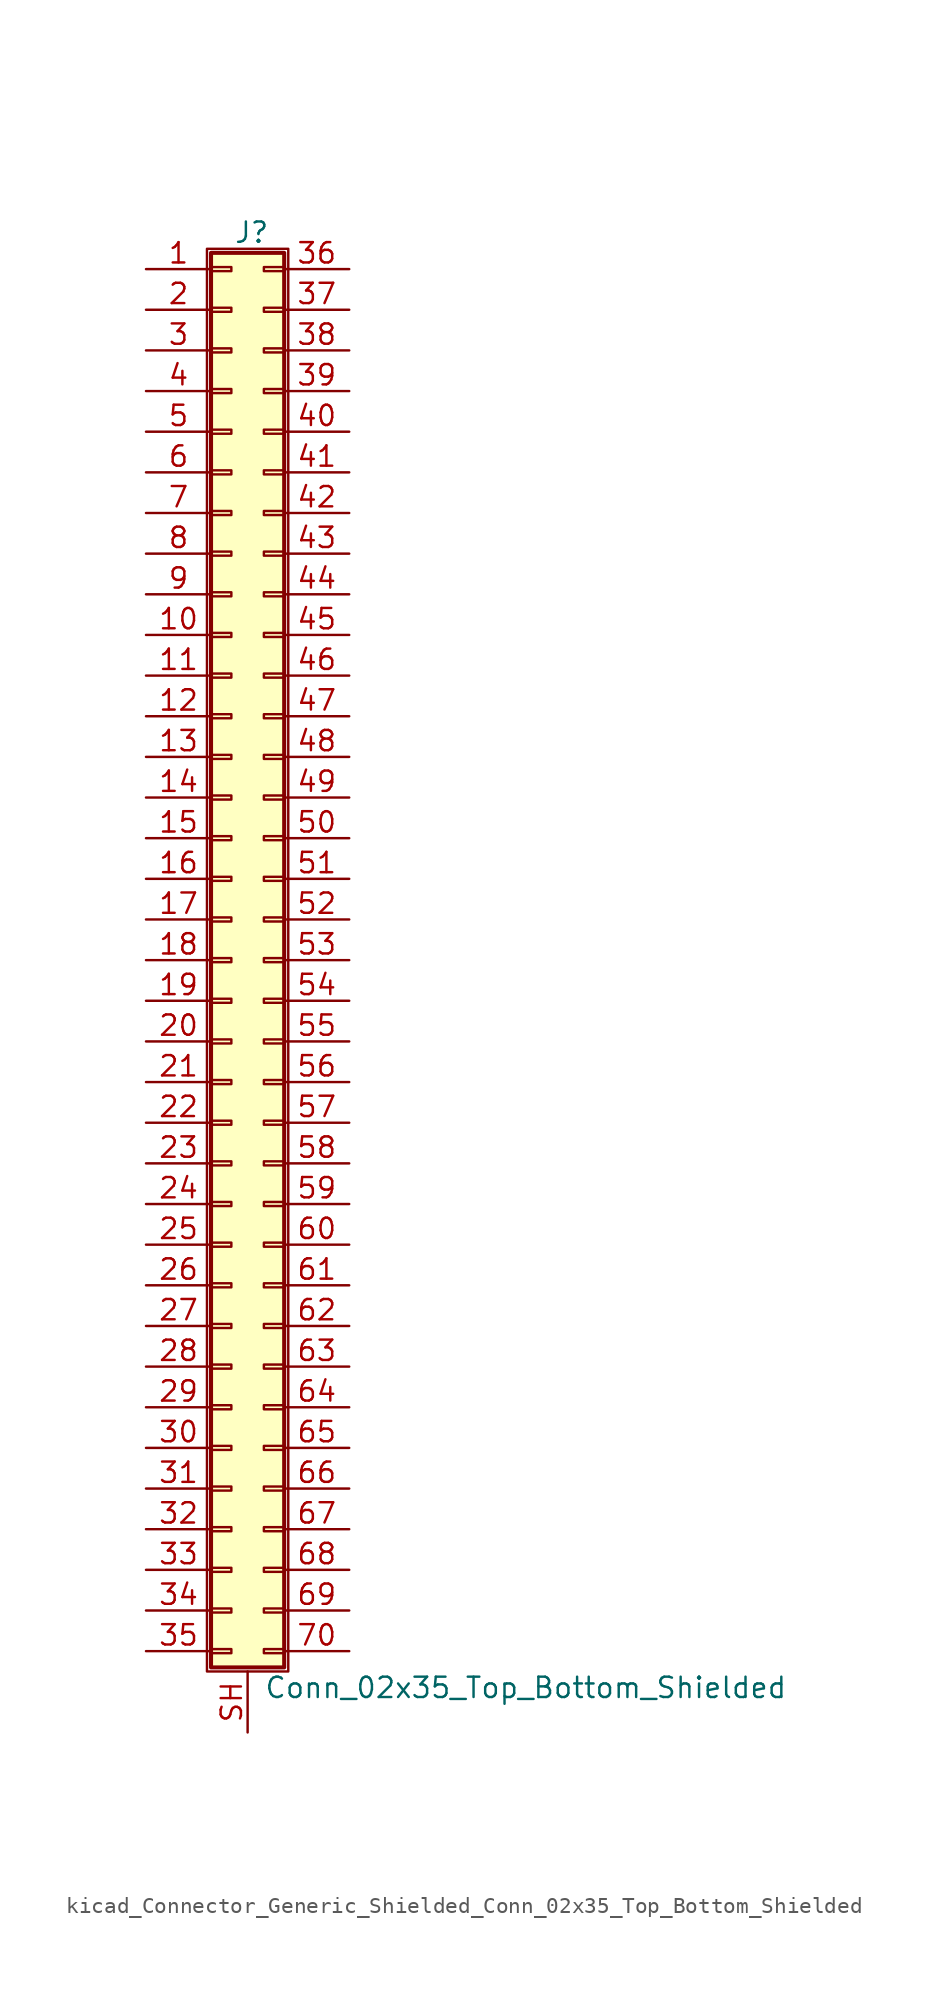
<source format=kicad_sym>
(kicad_symbol_lib
  (version 20220914)
  (generator kicad_symbol_editor)
  (symbol "kicad_Connector_Generic_Shielded_Conn_02x35_Top_Bottom_Shielded"
    (pin_names
      (offset 1.016) hide)
    (property "Reference" "J"
      (at 1.524 45.466 0)
      (effects (font (size 1.27 1.27))))
    (property "Value" "Conn_02x35_Top_Bottom_Shielded"
      (at 2.286 -45.466 0)
      (effects (font (size 1.27 1.27)) (justify left)))
    (symbol "kicad_Connector_Generic_Shielded_Conn_02x35_Top_Bottom_Shielded_1_1"
      (rectangle (start -1.27 44.45) (end 3.81 -44.45) (stroke (width 0.152) (type default)) (fill (type none)))
      (rectangle (start -1.016 -43.053) (end 0.254 -43.307) (stroke (width 0.152) (type default)) (fill (type none)))
      (rectangle (start -1.016 -40.513) (end 0.254 -40.767) (stroke (width 0.152) (type default)) (fill (type none)))
      (rectangle (start -1.016 -37.973) (end 0.254 -38.227) (stroke (width 0.152) (type default)) (fill (type none)))
      (rectangle (start -1.016 -35.433) (end 0.254 -35.687) (stroke (width 0.152) (type default)) (fill (type none)))
      (rectangle (start -1.016 -32.893) (end 0.254 -33.147) (stroke (width 0.152) (type default)) (fill (type none)))
      (rectangle (start -1.016 -30.353) (end 0.254 -30.607) (stroke (width 0.152) (type default)) (fill (type none)))
      (rectangle (start -1.016 -27.813) (end 0.254 -28.067) (stroke (width 0.152) (type default)) (fill (type none)))
      (rectangle (start -1.016 -25.273) (end 0.254 -25.527) (stroke (width 0.152) (type default)) (fill (type none)))
      (rectangle (start -1.016 -22.733) (end 0.254 -22.987) (stroke (width 0.152) (type default)) (fill (type none)))
      (rectangle (start -1.016 -20.193) (end 0.254 -20.447) (stroke (width 0.152) (type default)) (fill (type none)))
      (rectangle (start -1.016 -17.653) (end 0.254 -17.907) (stroke (width 0.152) (type default)) (fill (type none)))
      (rectangle (start -1.016 -15.113) (end 0.254 -15.367) (stroke (width 0.152) (type default)) (fill (type none)))
      (rectangle (start -1.016 -12.573) (end 0.254 -12.827) (stroke (width 0.152) (type default)) (fill (type none)))
      (rectangle (start -1.016 -10.033) (end 0.254 -10.287) (stroke (width 0.152) (type default)) (fill (type none)))
      (rectangle (start -1.016 -7.493) (end 0.254 -7.747) (stroke (width 0.152) (type default)) (fill (type none)))
      (rectangle (start -1.016 -4.953) (end 0.254 -5.207) (stroke (width 0.152) (type default)) (fill (type none)))
      (rectangle (start -1.016 -2.413) (end 0.254 -2.667) (stroke (width 0.152) (type default)) (fill (type none)))
      (rectangle (start -1.016 0.127) (end 0.254 -0.127) (stroke (width 0.152) (type default)) (fill (type none)))
      (rectangle (start -1.016 2.667) (end 0.254 2.413) (stroke (width 0.152) (type default)) (fill (type none)))
      (rectangle (start -1.016 5.207) (end 0.254 4.953) (stroke (width 0.152) (type default)) (fill (type none)))
      (rectangle (start -1.016 7.747) (end 0.254 7.493) (stroke (width 0.152) (type default)) (fill (type none)))
      (rectangle (start -1.016 10.287) (end 0.254 10.033) (stroke (width 0.152) (type default)) (fill (type none)))
      (rectangle (start -1.016 12.827) (end 0.254 12.573) (stroke (width 0.152) (type default)) (fill (type none)))
      (rectangle (start -1.016 15.367) (end 0.254 15.113) (stroke (width 0.152) (type default)) (fill (type none)))
      (rectangle (start -1.016 17.907) (end 0.254 17.653) (stroke (width 0.152) (type default)) (fill (type none)))
      (rectangle (start -1.016 20.447) (end 0.254 20.193) (stroke (width 0.152) (type default)) (fill (type none)))
      (rectangle (start -1.016 22.987) (end 0.254 22.733) (stroke (width 0.152) (type default)) (fill (type none)))
      (rectangle (start -1.016 25.527) (end 0.254 25.273) (stroke (width 0.152) (type default)) (fill (type none)))
      (rectangle (start -1.016 28.067) (end 0.254 27.813) (stroke (width 0.152) (type default)) (fill (type none)))
      (rectangle (start -1.016 30.607) (end 0.254 30.353) (stroke (width 0.152) (type default)) (fill (type none)))
      (rectangle (start -1.016 33.147) (end 0.254 32.893) (stroke (width 0.152) (type default)) (fill (type none)))
      (rectangle (start -1.016 35.687) (end 0.254 35.433) (stroke (width 0.152) (type default)) (fill (type none)))
      (rectangle (start -1.016 38.227) (end 0.254 37.973) (stroke (width 0.152) (type default)) (fill (type none)))
      (rectangle (start -1.016 40.767) (end 0.254 40.513) (stroke (width 0.152) (type default)) (fill (type none)))
      (rectangle (start -1.016 43.307) (end 0.254 43.053) (stroke (width 0.152) (type default)) (fill (type none)))
      (rectangle (start -1.016 44.196) (end 3.556 -44.196) (stroke (width 0.254) (type default)) (fill (type background)))
      (rectangle (start 3.556 -43.053) (end 2.286 -43.307) (stroke (width 0.152) (type default)) (fill (type none)))
      (rectangle (start 3.556 -40.513) (end 2.286 -40.767) (stroke (width 0.152) (type default)) (fill (type none)))
      (rectangle (start 3.556 -37.973) (end 2.286 -38.227) (stroke (width 0.152) (type default)) (fill (type none)))
      (rectangle (start 3.556 -35.433) (end 2.286 -35.687) (stroke (width 0.152) (type default)) (fill (type none)))
      (rectangle (start 3.556 -32.893) (end 2.286 -33.147) (stroke (width 0.152) (type default)) (fill (type none)))
      (rectangle (start 3.556 -30.353) (end 2.286 -30.607) (stroke (width 0.152) (type default)) (fill (type none)))
      (rectangle (start 3.556 -27.813) (end 2.286 -28.067) (stroke (width 0.152) (type default)) (fill (type none)))
      (rectangle (start 3.556 -25.273) (end 2.286 -25.527) (stroke (width 0.152) (type default)) (fill (type none)))
      (rectangle (start 3.556 -22.733) (end 2.286 -22.987) (stroke (width 0.152) (type default)) (fill (type none)))
      (rectangle (start 3.556 -20.193) (end 2.286 -20.447) (stroke (width 0.152) (type default)) (fill (type none)))
      (rectangle (start 3.556 -17.653) (end 2.286 -17.907) (stroke (width 0.152) (type default)) (fill (type none)))
      (rectangle (start 3.556 -15.113) (end 2.286 -15.367) (stroke (width 0.152) (type default)) (fill (type none)))
      (rectangle (start 3.556 -12.573) (end 2.286 -12.827) (stroke (width 0.152) (type default)) (fill (type none)))
      (rectangle (start 3.556 -10.033) (end 2.286 -10.287) (stroke (width 0.152) (type default)) (fill (type none)))
      (rectangle (start 3.556 -7.493) (end 2.286 -7.747) (stroke (width 0.152) (type default)) (fill (type none)))
      (rectangle (start 3.556 -4.953) (end 2.286 -5.207) (stroke (width 0.152) (type default)) (fill (type none)))
      (rectangle (start 3.556 -2.413) (end 2.286 -2.667) (stroke (width 0.152) (type default)) (fill (type none)))
      (rectangle (start 3.556 0.127) (end 2.286 -0.127) (stroke (width 0.152) (type default)) (fill (type none)))
      (rectangle (start 3.556 2.667) (end 2.286 2.413) (stroke (width 0.152) (type default)) (fill (type none)))
      (rectangle (start 3.556 5.207) (end 2.286 4.953) (stroke (width 0.152) (type default)) (fill (type none)))
      (rectangle (start 3.556 7.747) (end 2.286 7.493) (stroke (width 0.152) (type default)) (fill (type none)))
      (rectangle (start 3.556 10.287) (end 2.286 10.033) (stroke (width 0.152) (type default)) (fill (type none)))
      (rectangle (start 3.556 12.827) (end 2.286 12.573) (stroke (width 0.152) (type default)) (fill (type none)))
      (rectangle (start 3.556 15.367) (end 2.286 15.113) (stroke (width 0.152) (type default)) (fill (type none)))
      (rectangle (start 3.556 17.907) (end 2.286 17.653) (stroke (width 0.152) (type default)) (fill (type none)))
      (rectangle (start 3.556 20.447) (end 2.286 20.193) (stroke (width 0.152) (type default)) (fill (type none)))
      (rectangle (start 3.556 22.987) (end 2.286 22.733) (stroke (width 0.152) (type default)) (fill (type none)))
      (rectangle (start 3.556 25.527) (end 2.286 25.273) (stroke (width 0.152) (type default)) (fill (type none)))
      (rectangle (start 3.556 28.067) (end 2.286 27.813) (stroke (width 0.152) (type default)) (fill (type none)))
      (rectangle (start 3.556 30.607) (end 2.286 30.353) (stroke (width 0.152) (type default)) (fill (type none)))
      (rectangle (start 3.556 33.147) (end 2.286 32.893) (stroke (width 0.152) (type default)) (fill (type none)))
      (rectangle (start 3.556 35.687) (end 2.286 35.433) (stroke (width 0.152) (type default)) (fill (type none)))
      (rectangle (start 3.556 38.227) (end 2.286 37.973) (stroke (width 0.152) (type default)) (fill (type none)))
      (rectangle (start 3.556 40.767) (end 2.286 40.513) (stroke (width 0.152) (type default)) (fill (type none)))
      (rectangle (start 3.556 43.307) (end 2.286 43.053) (stroke (width 0.152) (type default)) (fill (type none)))
      (pin passive line (at -5.08 43.18 0) (length 4.064) (name "Pin_1" (effects (font (size 1.27 1.27)))) (number "1" (effects (font (size 1.27 1.27)))))
      (pin passive line (at -5.08 20.32 0) (length 4.064) (name "Pin_10" (effects (font (size 1.27 1.27)))) (number "10" (effects (font (size 1.27 1.27)))))
      (pin passive line (at -5.08 17.78 0) (length 4.064) (name "Pin_11" (effects (font (size 1.27 1.27)))) (number "11" (effects (font (size 1.27 1.27)))))
      (pin passive line (at -5.08 15.24 0) (length 4.064) (name "Pin_12" (effects (font (size 1.27 1.27)))) (number "12" (effects (font (size 1.27 1.27)))))
      (pin passive line (at -5.08 12.7 0) (length 4.064) (name "Pin_13" (effects (font (size 1.27 1.27)))) (number "13" (effects (font (size 1.27 1.27)))))
      (pin passive line (at -5.08 10.16 0) (length 4.064) (name "Pin_14" (effects (font (size 1.27 1.27)))) (number "14" (effects (font (size 1.27 1.27)))))
      (pin passive line (at -5.08 7.62 0) (length 4.064) (name "Pin_15" (effects (font (size 1.27 1.27)))) (number "15" (effects (font (size 1.27 1.27)))))
      (pin passive line (at -5.08 5.08 0) (length 4.064) (name "Pin_16" (effects (font (size 1.27 1.27)))) (number "16" (effects (font (size 1.27 1.27)))))
      (pin passive line (at -5.08 2.54 0) (length 4.064) (name "Pin_17" (effects (font (size 1.27 1.27)))) (number "17" (effects (font (size 1.27 1.27)))))
      (pin passive line (at -5.08 0 0) (length 4.064) (name "Pin_18" (effects (font (size 1.27 1.27)))) (number "18" (effects (font (size 1.27 1.27)))))
      (pin passive line (at -5.08 -2.54 0) (length 4.064) (name "Pin_19" (effects (font (size 1.27 1.27)))) (number "19" (effects (font (size 1.27 1.27)))))
      (pin passive line (at -5.08 40.64 0) (length 4.064) (name "Pin_2" (effects (font (size 1.27 1.27)))) (number "2" (effects (font (size 1.27 1.27)))))
      (pin passive line (at -5.08 -5.08 0) (length 4.064) (name "Pin_20" (effects (font (size 1.27 1.27)))) (number "20" (effects (font (size 1.27 1.27)))))
      (pin passive line (at -5.08 -7.62 0) (length 4.064) (name "Pin_21" (effects (font (size 1.27 1.27)))) (number "21" (effects (font (size 1.27 1.27)))))
      (pin passive line (at -5.08 -10.16 0) (length 4.064) (name "Pin_22" (effects (font (size 1.27 1.27)))) (number "22" (effects (font (size 1.27 1.27)))))
      (pin passive line (at -5.08 -12.7 0) (length 4.064) (name "Pin_23" (effects (font (size 1.27 1.27)))) (number "23" (effects (font (size 1.27 1.27)))))
      (pin passive line (at -5.08 -15.24 0) (length 4.064) (name "Pin_24" (effects (font (size 1.27 1.27)))) (number "24" (effects (font (size 1.27 1.27)))))
      (pin passive line (at -5.08 -17.78 0) (length 4.064) (name "Pin_25" (effects (font (size 1.27 1.27)))) (number "25" (effects (font (size 1.27 1.27)))))
      (pin passive line (at -5.08 -20.32 0) (length 4.064) (name "Pin_26" (effects (font (size 1.27 1.27)))) (number "26" (effects (font (size 1.27 1.27)))))
      (pin passive line (at -5.08 -22.86 0) (length 4.064) (name "Pin_27" (effects (font (size 1.27 1.27)))) (number "27" (effects (font (size 1.27 1.27)))))
      (pin passive line (at -5.08 -25.4 0) (length 4.064) (name "Pin_28" (effects (font (size 1.27 1.27)))) (number "28" (effects (font (size 1.27 1.27)))))
      (pin passive line (at -5.08 -27.94 0) (length 4.064) (name "Pin_29" (effects (font (size 1.27 1.27)))) (number "29" (effects (font (size 1.27 1.27)))))
      (pin passive line (at -5.08 38.1 0) (length 4.064) (name "Pin_3" (effects (font (size 1.27 1.27)))) (number "3" (effects (font (size 1.27 1.27)))))
      (pin passive line (at -5.08 -30.48 0) (length 4.064) (name "Pin_30" (effects (font (size 1.27 1.27)))) (number "30" (effects (font (size 1.27 1.27)))))
      (pin passive line (at -5.08 -33.02 0) (length 4.064) (name "Pin_31" (effects (font (size 1.27 1.27)))) (number "31" (effects (font (size 1.27 1.27)))))
      (pin passive line (at -5.08 -35.56 0) (length 4.064) (name "Pin_32" (effects (font (size 1.27 1.27)))) (number "32" (effects (font (size 1.27 1.27)))))
      (pin passive line (at -5.08 -38.1 0) (length 4.064) (name "Pin_33" (effects (font (size 1.27 1.27)))) (number "33" (effects (font (size 1.27 1.27)))))
      (pin passive line (at -5.08 -40.64 0) (length 4.064) (name "Pin_34" (effects (font (size 1.27 1.27)))) (number "34" (effects (font (size 1.27 1.27)))))
      (pin passive line (at -5.08 -43.18 0) (length 4.064) (name "Pin_35" (effects (font (size 1.27 1.27)))) (number "35" (effects (font (size 1.27 1.27)))))
      (pin passive line (at 7.62 43.18 180) (length 4.064) (name "Pin_36" (effects (font (size 1.27 1.27)))) (number "36" (effects (font (size 1.27 1.27)))))
      (pin passive line (at 7.62 40.64 180) (length 4.064) (name "Pin_37" (effects (font (size 1.27 1.27)))) (number "37" (effects (font (size 1.27 1.27)))))
      (pin passive line (at 7.62 38.1 180) (length 4.064) (name "Pin_38" (effects (font (size 1.27 1.27)))) (number "38" (effects (font (size 1.27 1.27)))))
      (pin passive line (at 7.62 35.56 180) (length 4.064) (name "Pin_39" (effects (font (size 1.27 1.27)))) (number "39" (effects (font (size 1.27 1.27)))))
      (pin passive line (at -5.08 35.56 0) (length 4.064) (name "Pin_4" (effects (font (size 1.27 1.27)))) (number "4" (effects (font (size 1.27 1.27)))))
      (pin passive line (at 7.62 33.02 180) (length 4.064) (name "Pin_40" (effects (font (size 1.27 1.27)))) (number "40" (effects (font (size 1.27 1.27)))))
      (pin passive line (at 7.62 30.48 180) (length 4.064) (name "Pin_41" (effects (font (size 1.27 1.27)))) (number "41" (effects (font (size 1.27 1.27)))))
      (pin passive line (at 7.62 27.94 180) (length 4.064) (name "Pin_42" (effects (font (size 1.27 1.27)))) (number "42" (effects (font (size 1.27 1.27)))))
      (pin passive line (at 7.62 25.4 180) (length 4.064) (name "Pin_43" (effects (font (size 1.27 1.27)))) (number "43" (effects (font (size 1.27 1.27)))))
      (pin passive line (at 7.62 22.86 180) (length 4.064) (name "Pin_44" (effects (font (size 1.27 1.27)))) (number "44" (effects (font (size 1.27 1.27)))))
      (pin passive line (at 7.62 20.32 180) (length 4.064) (name "Pin_45" (effects (font (size 1.27 1.27)))) (number "45" (effects (font (size 1.27 1.27)))))
      (pin passive line (at 7.62 17.78 180) (length 4.064) (name "Pin_46" (effects (font (size 1.27 1.27)))) (number "46" (effects (font (size 1.27 1.27)))))
      (pin passive line (at 7.62 15.24 180) (length 4.064) (name "Pin_47" (effects (font (size 1.27 1.27)))) (number "47" (effects (font (size 1.27 1.27)))))
      (pin passive line (at 7.62 12.7 180) (length 4.064) (name "Pin_48" (effects (font (size 1.27 1.27)))) (number "48" (effects (font (size 1.27 1.27)))))
      (pin passive line (at 7.62 10.16 180) (length 4.064) (name "Pin_49" (effects (font (size 1.27 1.27)))) (number "49" (effects (font (size 1.27 1.27)))))
      (pin passive line (at -5.08 33.02 0) (length 4.064) (name "Pin_5" (effects (font (size 1.27 1.27)))) (number "5" (effects (font (size 1.27 1.27)))))
      (pin passive line (at 7.62 7.62 180) (length 4.064) (name "Pin_50" (effects (font (size 1.27 1.27)))) (number "50" (effects (font (size 1.27 1.27)))))
      (pin passive line (at 7.62 5.08 180) (length 4.064) (name "Pin_51" (effects (font (size 1.27 1.27)))) (number "51" (effects (font (size 1.27 1.27)))))
      (pin passive line (at 7.62 2.54 180) (length 4.064) (name "Pin_52" (effects (font (size 1.27 1.27)))) (number "52" (effects (font (size 1.27 1.27)))))
      (pin passive line (at 7.62 0 180) (length 4.064) (name "Pin_53" (effects (font (size 1.27 1.27)))) (number "53" (effects (font (size 1.27 1.27)))))
      (pin passive line (at 7.62 -2.54 180) (length 4.064) (name "Pin_54" (effects (font (size 1.27 1.27)))) (number "54" (effects (font (size 1.27 1.27)))))
      (pin passive line (at 7.62 -5.08 180) (length 4.064) (name "Pin_55" (effects (font (size 1.27 1.27)))) (number "55" (effects (font (size 1.27 1.27)))))
      (pin passive line (at 7.62 -7.62 180) (length 4.064) (name "Pin_56" (effects (font (size 1.27 1.27)))) (number "56" (effects (font (size 1.27 1.27)))))
      (pin passive line (at 7.62 -10.16 180) (length 4.064) (name "Pin_57" (effects (font (size 1.27 1.27)))) (number "57" (effects (font (size 1.27 1.27)))))
      (pin passive line (at 7.62 -12.7 180) (length 4.064) (name "Pin_58" (effects (font (size 1.27 1.27)))) (number "58" (effects (font (size 1.27 1.27)))))
      (pin passive line (at 7.62 -15.24 180) (length 4.064) (name "Pin_59" (effects (font (size 1.27 1.27)))) (number "59" (effects (font (size 1.27 1.27)))))
      (pin passive line (at -5.08 30.48 0) (length 4.064) (name "Pin_6" (effects (font (size 1.27 1.27)))) (number "6" (effects (font (size 1.27 1.27)))))
      (pin passive line (at 7.62 -17.78 180) (length 4.064) (name "Pin_60" (effects (font (size 1.27 1.27)))) (number "60" (effects (font (size 1.27 1.27)))))
      (pin passive line (at 7.62 -20.32 180) (length 4.064) (name "Pin_61" (effects (font (size 1.27 1.27)))) (number "61" (effects (font (size 1.27 1.27)))))
      (pin passive line (at 7.62 -22.86 180) (length 4.064) (name "Pin_62" (effects (font (size 1.27 1.27)))) (number "62" (effects (font (size 1.27 1.27)))))
      (pin passive line (at 7.62 -25.4 180) (length 4.064) (name "Pin_63" (effects (font (size 1.27 1.27)))) (number "63" (effects (font (size 1.27 1.27)))))
      (pin passive line (at 7.62 -27.94 180) (length 4.064) (name "Pin_64" (effects (font (size 1.27 1.27)))) (number "64" (effects (font (size 1.27 1.27)))))
      (pin passive line (at 7.62 -30.48 180) (length 4.064) (name "Pin_65" (effects (font (size 1.27 1.27)))) (number "65" (effects (font (size 1.27 1.27)))))
      (pin passive line (at 7.62 -33.02 180) (length 4.064) (name "Pin_66" (effects (font (size 1.27 1.27)))) (number "66" (effects (font (size 1.27 1.27)))))
      (pin passive line (at 7.62 -35.56 180) (length 4.064) (name "Pin_67" (effects (font (size 1.27 1.27)))) (number "67" (effects (font (size 1.27 1.27)))))
      (pin passive line (at 7.62 -38.1 180) (length 4.064) (name "Pin_68" (effects (font (size 1.27 1.27)))) (number "68" (effects (font (size 1.27 1.27)))))
      (pin passive line (at 7.62 -40.64 180) (length 4.064) (name "Pin_69" (effects (font (size 1.27 1.27)))) (number "69" (effects (font (size 1.27 1.27)))))
      (pin passive line (at -5.08 27.94 0) (length 4.064) (name "Pin_7" (effects (font (size 1.27 1.27)))) (number "7" (effects (font (size 1.27 1.27)))))
      (pin passive line (at 7.62 -43.18 180) (length 4.064) (name "Pin_70" (effects (font (size 1.27 1.27)))) (number "70" (effects (font (size 1.27 1.27)))))
      (pin passive line (at -5.08 25.4 0) (length 4.064) (name "Pin_8" (effects (font (size 1.27 1.27)))) (number "8" (effects (font (size 1.27 1.27)))))
      (pin passive line (at -5.08 22.86 0) (length 4.064) (name "Pin_9" (effects (font (size 1.27 1.27)))) (number "9" (effects (font (size 1.27 1.27)))))
      (pin passive line (at 1.27 -48.26 90) (length 3.81) (name "Shield" (effects (font (size 1.27 1.27)))) (number "SH" (effects (font (size 1.27 1.27))))))))
</source>
